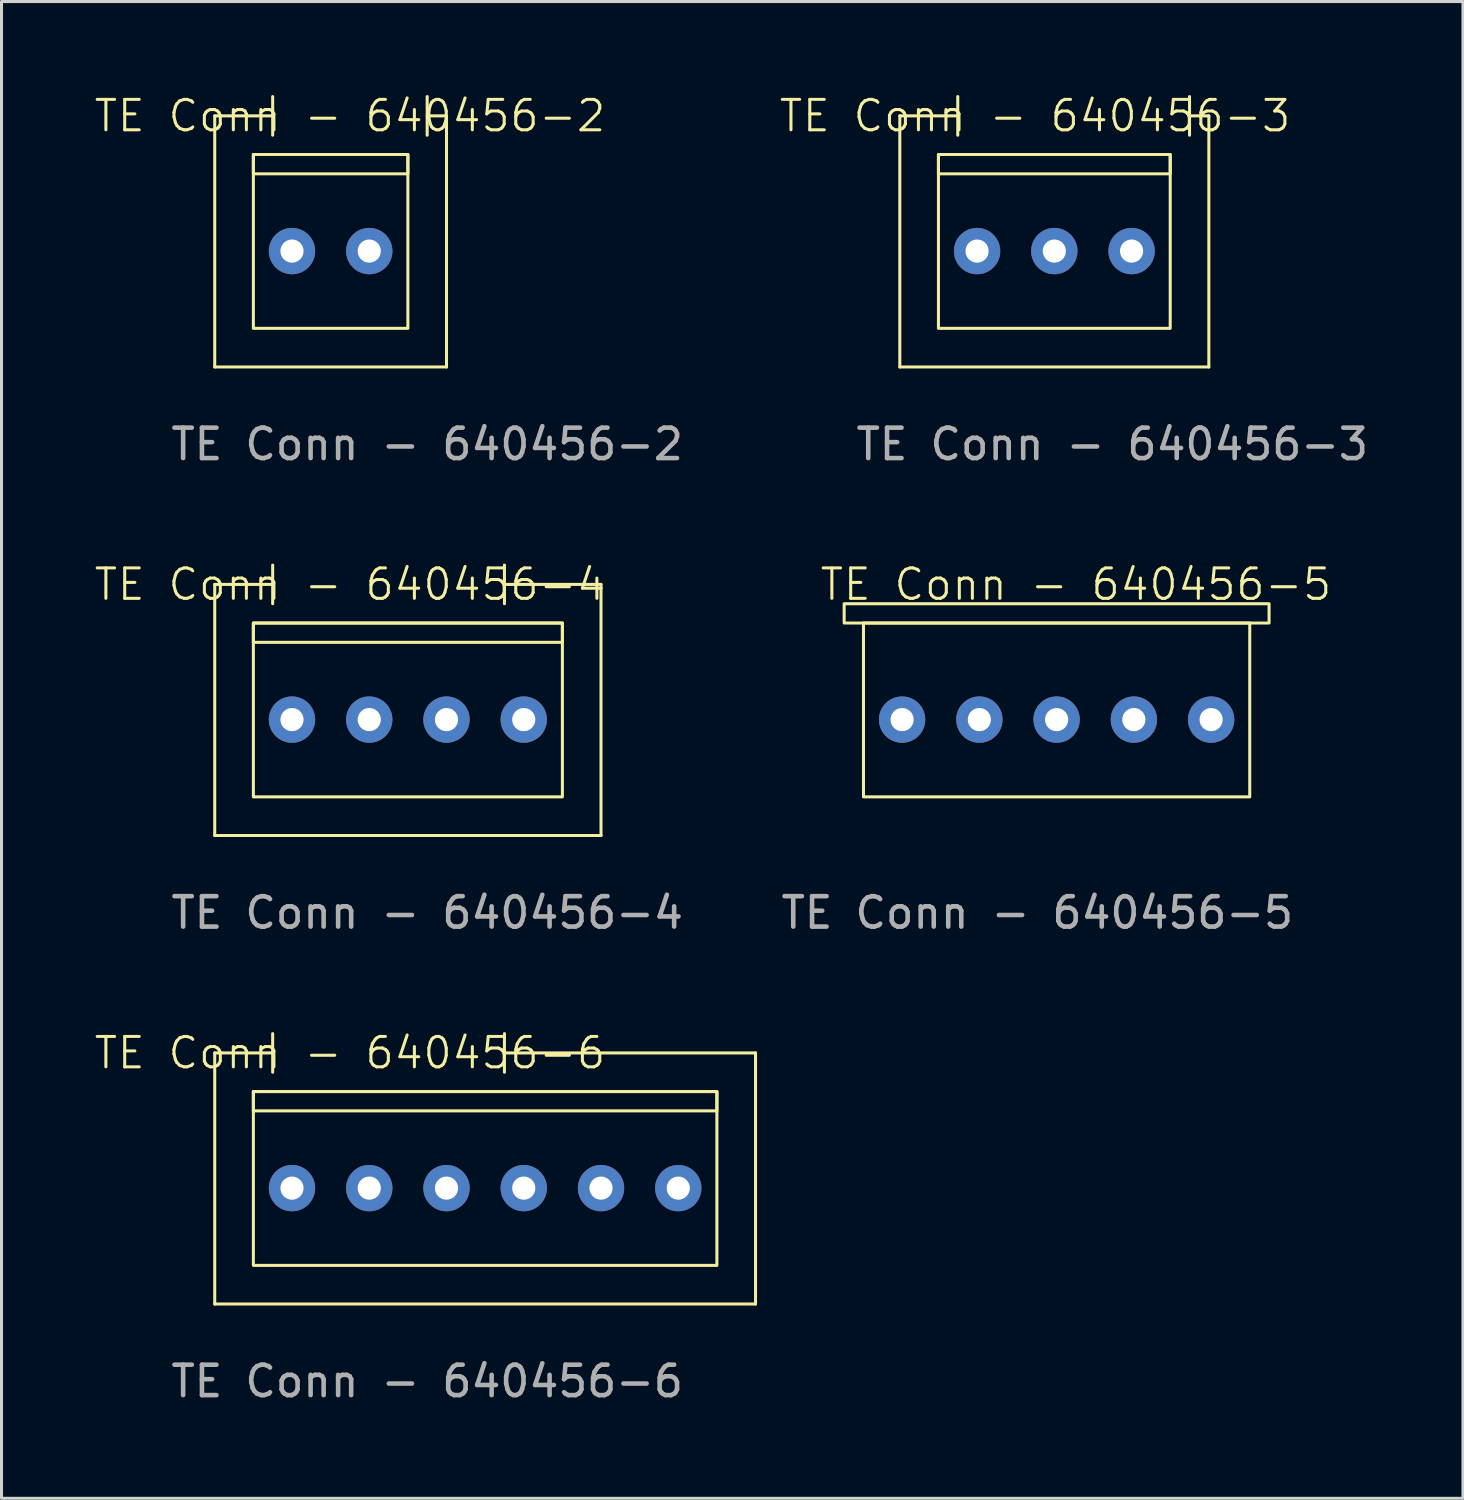
<source format=kicad_pcb>
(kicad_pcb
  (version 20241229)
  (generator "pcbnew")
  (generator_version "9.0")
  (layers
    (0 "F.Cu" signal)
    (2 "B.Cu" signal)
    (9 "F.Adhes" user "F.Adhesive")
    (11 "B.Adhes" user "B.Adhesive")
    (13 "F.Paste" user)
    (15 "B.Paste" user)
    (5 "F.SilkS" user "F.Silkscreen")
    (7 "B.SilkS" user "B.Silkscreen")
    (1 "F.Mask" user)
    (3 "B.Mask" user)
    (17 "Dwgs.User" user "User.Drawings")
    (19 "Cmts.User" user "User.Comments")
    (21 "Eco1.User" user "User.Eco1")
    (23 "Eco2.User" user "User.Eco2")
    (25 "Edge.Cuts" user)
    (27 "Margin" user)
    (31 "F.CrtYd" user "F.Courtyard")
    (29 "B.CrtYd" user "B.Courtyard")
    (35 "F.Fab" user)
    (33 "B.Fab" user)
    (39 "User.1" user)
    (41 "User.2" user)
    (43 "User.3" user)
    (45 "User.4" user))
  (footprint "TE Conn - 640456-3"
    (layer "F.Cu")
    (at 26.534 9.015)
    (property "Reference" "TE Conn - 640456-3" (at 4.445 -8.255 0) (unlocked yes) (layer "F.SilkS") (effects (font (size 1 1) (thickness 0.1))))
    (attr through_hole)
    (fp_line (start 0 -8.255) (end 1.905 -8.255) (stroke (width 0.1) (type default)) (layer "F.SilkS"))
    (fp_line (start 0 0) (end 0 -8.255) (stroke (width 0.1) (type default)) (layer "F.SilkS"))
    (fp_line (start 0 0) (end 10.16 0) (stroke (width 0.1) (type default)) (layer "F.SilkS"))
    (fp_line (start 1.905 -7.62) (end 1.905 -8.89) (stroke (width 0.1) (type default)) (layer "F.SilkS"))
    (fp_line (start 9.525 -8.89) (end 9.525 -7.62) (stroke (width 0.1) (type default)) (layer "F.SilkS"))
    (fp_line (start 10.16 -8.255) (end 9.525 -8.255) (stroke (width 0.1) (type default)) (layer "F.SilkS"))
    (fp_line (start 10.16 0) (end 10.16 -8.255) (stroke (width 0.1) (type default)) (layer "F.SilkS"))
    (fp_rect (start 1.27 -6.985) (end 8.89 -6.35) (stroke (width 0.1) (type default)) (fill no) (layer "F.SilkS"))
    (fp_rect (start 1.27 -6.985) (end 8.89 -1.27) (stroke (width 0.1) (type default)) (fill no) (layer "F.SilkS"))
    (fp_text user "${REFERENCE}" (at 6.985 2.54 0) (unlocked yes) (layer "F.Fab") (effects (font (size 1 1) (thickness 0.15))))
    (pad "1" thru_hole circle (at 2.54 -3.81) (size 1.524 1.524) (drill 0.762) (layers "*.Cu" "*.Mask"))
    (pad "2" thru_hole circle (at 5.08 -3.81) (size 1.524 1.524) (drill 0.762) (layers "*.Cu" "*.Mask"))
    (pad "3" thru_hole circle (at 7.62 -3.81) (size 1.524 1.524) (drill 0.762) (layers "*.Cu" "*.Mask")))
  (footprint "TE Conn - 640456-6"
    (layer "F.Cu")
    (at 4.01 39.823)
    (property "Reference" "TE Conn - 640456-6" (at 4.445 -8.255 0) (unlocked yes) (layer "F.SilkS") (effects (font (size 1 1) (thickness 0.1))))
    (attr through_hole)
    (fp_line (start 0 -8.255) (end 1.905 -8.255) (stroke (width 0.1) (type default)) (layer "F.SilkS"))
    (fp_line (start 0 0) (end 0 -8.255) (stroke (width 0.1) (type default)) (layer "F.SilkS"))
    (fp_line (start 0 0) (end 17.78 0) (stroke (width 0.1) (type default)) (layer "F.SilkS"))
    (fp_line (start 1.905 -7.62) (end 1.905 -8.89) (stroke (width 0.1) (type default)) (layer "F.SilkS"))
    (fp_line (start 9.525 -8.89) (end 9.525 -7.62) (stroke (width 0.1) (type default)) (layer "F.SilkS"))
    (fp_line (start 17.78 -8.255) (end 9.525 -8.255) (stroke (width 0.1) (type default)) (layer "F.SilkS"))
    (fp_line (start 17.78 0) (end 17.78 -8.255) (stroke (width 0.1) (type default)) (layer "F.SilkS"))
    (fp_rect (start 1.27 -6.985) (end 16.51 -6.35) (stroke (width 0.1) (type default)) (fill no) (layer "F.SilkS"))
    (fp_rect (start 1.27 -6.985) (end 16.51 -1.27) (stroke (width 0.1) (type default)) (fill no) (layer "F.SilkS"))
    (fp_text user "${REFERENCE}" (at 6.985 2.54 0) (unlocked yes) (layer "F.Fab") (effects (font (size 1 1) (thickness 0.15))))
    (pad "1" thru_hole circle (at 2.54 -3.81) (size 1.524 1.524) (drill 0.762) (layers "*.Cu" "*.Mask"))
    (pad "2" thru_hole circle (at 5.08 -3.81) (size 1.524 1.524) (drill 0.762) (layers "*.Cu" "*.Mask"))
    (pad "3" thru_hole circle (at 7.62 -3.81) (size 1.524 1.524) (drill 0.762) (layers "*.Cu" "*.Mask"))
    (pad "4" thru_hole circle (at 10.16 -3.81) (size 1.524 1.524) (drill 0.762) (layers "*.Cu" "*.Mask"))
    (pad "5" thru_hole circle (at 12.7 -3.81) (size 1.524 1.524) (drill 0.762) (layers "*.Cu" "*.Mask"))
    (pad "6" thru_hole circle (at 15.24 -3.81) (size 1.524 1.524) (drill 0.762) (layers "*.Cu" "*.Mask")))
  (footprint "TE Conn - 640456-4"
    (layer "F.Cu")
    (at 4.01 24.419)
    (property "Reference" "TE Conn - 640456-4" (at 4.445 -8.255 0) (unlocked yes) (layer "F.SilkS") (effects (font (size 1 1) (thickness 0.1))))
    (attr through_hole)
    (fp_line (start 0 -8.255) (end 1.905 -8.255) (stroke (width 0.1) (type default)) (layer "F.SilkS"))
    (fp_line (start 0 0) (end 0 -8.255) (stroke (width 0.1) (type default)) (layer "F.SilkS"))
    (fp_line (start 0 0) (end 12.7 0) (stroke (width 0.1) (type default)) (layer "F.SilkS"))
    (fp_line (start 1.905 -7.62) (end 1.905 -8.89) (stroke (width 0.1) (type default)) (layer "F.SilkS"))
    (fp_line (start 9.525 -8.89) (end 9.525 -7.62) (stroke (width 0.1) (type default)) (layer "F.SilkS"))
    (fp_line (start 12.7 -8.255) (end 9.525 -8.255) (stroke (width 0.1) (type default)) (layer "F.SilkS"))
    (fp_line (start 12.7 0) (end 12.7 -8.255) (stroke (width 0.1) (type default)) (layer "F.SilkS"))
    (fp_rect (start 1.27 -6.985) (end 11.43 -6.35) (stroke (width 0.1) (type default)) (fill no) (layer "F.SilkS"))
    (fp_rect (start 1.27 -6.985) (end 11.43 -1.27) (stroke (width 0.1) (type default)) (fill no) (layer "F.SilkS"))
    (fp_text user "${REFERENCE}" (at 6.985 2.54 0) (unlocked yes) (layer "F.Fab") (effects (font (size 1 1) (thickness 0.15))))
    (pad "1" thru_hole circle (at 2.54 -3.81) (size 1.524 1.524) (drill 0.762) (layers "*.Cu" "*.Mask"))
    (pad "2" thru_hole circle (at 5.08 -3.81) (size 1.524 1.524) (drill 0.762) (layers "*.Cu" "*.Mask"))
    (pad "3" thru_hole circle (at 7.62 -3.81) (size 1.524 1.524) (drill 0.762) (layers "*.Cu" "*.Mask"))
    (pad "4" thru_hole circle (at 10.16 -3.81) (size 1.524 1.524) (drill 0.762) (layers "*.Cu" "*.Mask")))
  (footprint "TE Conn - 640456-2"
    (layer "F.Cu")
    (at 4.01 9.015)
    (property "Reference" "TE Conn - 640456-2" (at 4.445 -8.255 0) (unlocked yes) (layer "F.SilkS") (effects (font (size 1 1) (thickness 0.1))))
    (attr through_hole)
    (fp_line (start 0 -8.255) (end 1.905 -8.255) (stroke (width 0.1) (type default)) (layer "F.SilkS"))
    (fp_line (start 0 0) (end 0 -8.255) (stroke (width 0.1) (type default)) (layer "F.SilkS"))
    (fp_line (start 0 0) (end 7.62 0) (stroke (width 0.1) (type default)) (layer "F.SilkS"))
    (fp_line (start 1.905 -7.62) (end 1.905 -8.89) (stroke (width 0.1) (type default)) (layer "F.SilkS"))
    (fp_line (start 6.985 -8.89) (end 6.985 -7.62) (stroke (width 0.1) (type default)) (layer "F.SilkS"))
    (fp_line (start 7.62 -8.255) (end 6.985 -8.255) (stroke (width 0.1) (type default)) (layer "F.SilkS"))
    (fp_line (start 7.62 0) (end 7.62 -8.255) (stroke (width 0.1) (type default)) (layer "F.SilkS"))
    (fp_rect (start 1.27 -6.985) (end 6.35 -6.35) (stroke (width 0.1) (type default)) (fill no) (layer "F.SilkS"))
    (fp_rect (start 1.27 -6.985) (end 6.35 -1.27) (stroke (width 0.1) (type default)) (fill no) (layer "F.SilkS"))
    (fp_text user "${REFERENCE}" (at 6.985 2.54 0) (unlocked yes) (layer "F.Fab") (effects (font (size 1 1) (thickness 0.15))))
    (pad "1" thru_hole circle (at 2.54 -3.81) (size 1.524 1.524) (drill 0.762) (layers "*.Cu" "*.Mask"))
    (pad "2" thru_hole circle (at 5.08 -3.81) (size 1.524 1.524) (drill 0.762) (layers "*.Cu" "*.Mask")))
  (footprint "TE Conn - 640456-5"
    (layer "F.Cu")
    (at 24.069 24.419)
    (property "Reference" "TE Conn - 640456-5" (at 8.255 -8.255 0) (unlocked yes) (layer "F.SilkS") (effects (font (size 1 1) (thickness 0.1))))
    (attr through_hole)
    (fp_rect (start 0.635 -7.62) (end 14.605 -6.985) (stroke (width 0.1) (type default)) (fill no) (layer "F.SilkS"))
    (fp_rect (start 1.27 -6.985) (end 13.97 -1.27) (stroke (width 0.1) (type default)) (fill no) (layer "F.SilkS"))
    (fp_text user "${REFERENCE}" (at 6.985 2.54 0) (unlocked yes) (layer "F.Fab") (effects (font (size 1 1) (thickness 0.15))))
    (pad "1" thru_hole circle (at 2.54 -3.81) (size 1.524 1.524) (drill 0.762) (layers "*.Cu" "*.Mask"))
    (pad "2" thru_hole circle (at 5.08 -3.81) (size 1.524 1.524) (drill 0.762) (layers "*.Cu" "*.Mask"))
    (pad "3" thru_hole circle (at 7.62 -3.81) (size 1.524 1.524) (drill 0.762) (layers "*.Cu" "*.Mask"))
    (pad "4" thru_hole circle (at 10.16 -3.81) (size 1.524 1.524) (drill 0.762) (layers "*.Cu" "*.Mask"))
    (pad "5" thru_hole circle (at 12.7 -3.81) (size 1.524 1.524) (drill 0.762) (layers "*.Cu" "*.Mask")))
  (gr_rect
    (start -3 -3)
    (end 45.049 46.211)
    (stroke (width 0.1) (type default))
    (fill no)
    (layer "Edge.Cuts")))
</source>
